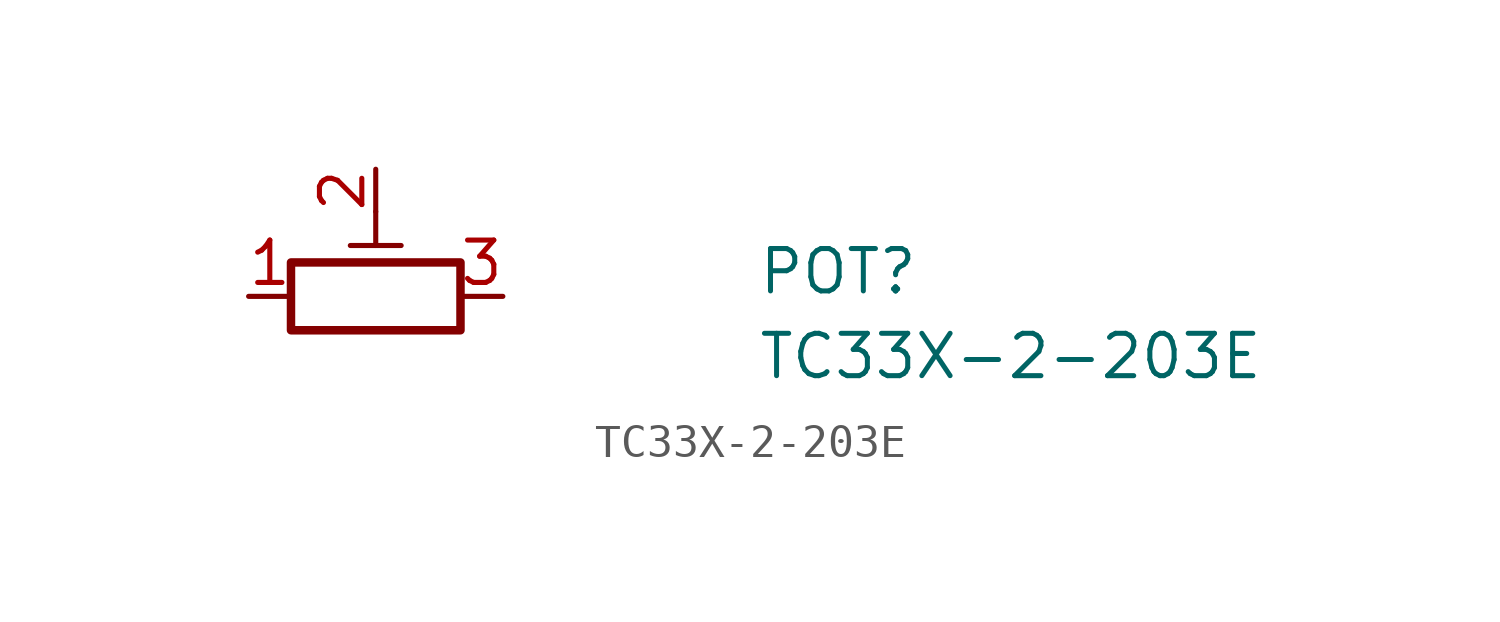
<source format=kicad_sym>
(kicad_symbol_lib
  (version 20211014)
  (generator kicad_symbol_editor)
  (symbol "TC33X-2-203E"
    (pin_names hide)
    (property "Reference" "POT"
      (at 15.24 0 0)
      (effects (font (size 1.27 1.27) (thickness 0.15)) (justify left bottom)))
    (property "Value" "TC33X-2-203E"
      (at 15.24 -2.54 0)
      (effects (font (size 1.27 1.27) (thickness 0.15)) (justify left bottom)))
    (symbol "TC33X-2-203E_0_1"
      (polyline (pts (xy 3.048 1.524) (xy 4.572 1.524)) (stroke (width 0) (type default) (color 0 0 0 0)) (fill (type none)))
      (polyline (pts (xy 3.81 2.54) (xy 3.81 1.524)) (stroke (width 0) (type default) (color 0 0 0 0)) (fill (type none)))
      (rectangle (start 1.27 1.016) (end 6.35 -1.016) (stroke (width 0.254) (type default) (color 0 0 0 0)) (fill (type none))))
    (symbol "TC33X-2-203E_1_1"
      (pin passive line (at 0 0 0) (length 1.27) (name "1" (effects (font (size 1.27 1.27)))) (number "1" (effects (font (size 1.27 1.27)))))
      (pin passive line (at 3.81 3.81 270) (length 1.27) (name "2" (effects (font (size 1.27 1.27)))) (number "2" (effects (font (size 1.27 1.27)))))
      (pin passive line (at 7.62 0 180) (length 1.27) (name "3" (effects (font (size 1.27 1.27)))) (number "3" (effects (font (size 1.27 1.27))))))))
</source>
